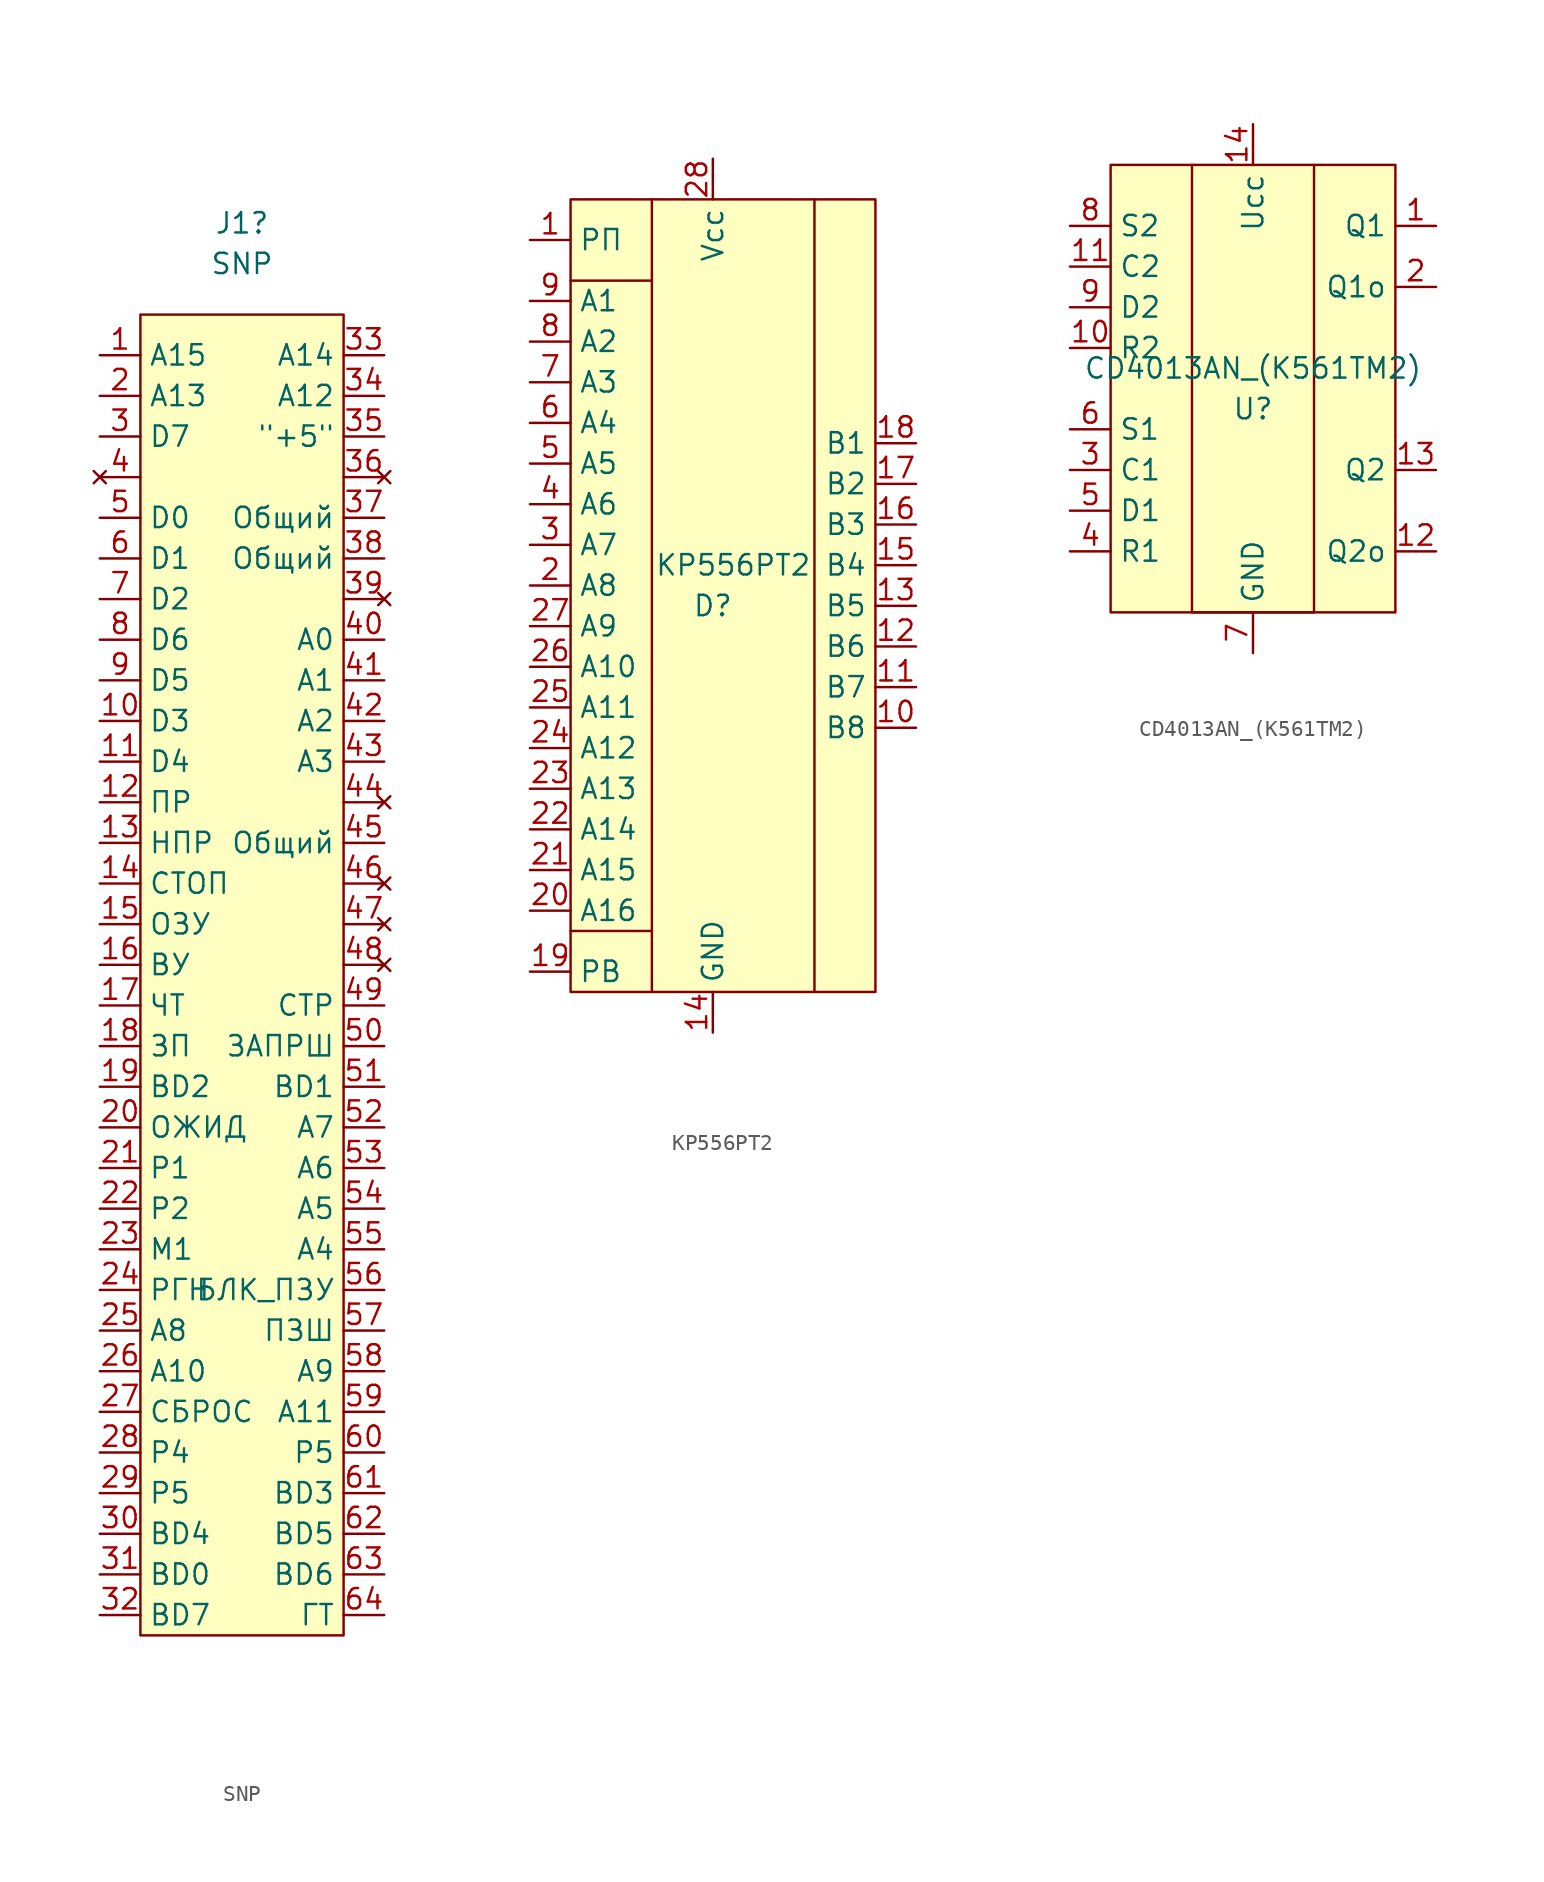
<source format=kicad_sym>
(kicad_symbol_lib
  (version 20220914)
  (generator kicad_symbol_editor)
  (symbol "SNP"
    (property "Reference" "J1"
      (at 0 43.815 0)
      (effects (font (size 1.27 1.27))))
    (property "Value" "SNP"
      (at 0 41.275 0)
      (effects (font (size 1.27 1.27))))
    (symbol "SNP_0_1"
      (rectangle (start -6.35 38.1) (end 6.35 -44.45) (stroke (width 0) (type default)) (fill (type background))))
    (symbol "SNP_1_1"
      (pin bidirectional line (at -8.89 35.56 0) (length 2.54) (name "A15" (effects (font (size 1.27 1.27)))) (number "1" (effects (font (size 1.27 1.27)))))
      (pin bidirectional line (at -8.89 12.7 0) (length 2.54) (name "D3" (effects (font (size 1.27 1.27)))) (number "10" (effects (font (size 1.27 1.27)))))
      (pin bidirectional line (at -8.89 10.16 0) (length 2.54) (name "D4" (effects (font (size 1.27 1.27)))) (number "11" (effects (font (size 1.27 1.27)))))
      (pin bidirectional line (at -8.89 7.62 0) (length 2.54) (name "ПР" (effects (font (size 1.27 1.27)))) (number "12" (effects (font (size 1.27 1.27)))))
      (pin bidirectional line (at -8.89 5.08 0) (length 2.54) (name "НПР" (effects (font (size 1.27 1.27)))) (number "13" (effects (font (size 1.27 1.27)))))
      (pin bidirectional line (at -8.89 2.54 0) (length 2.54) (name "СТОП" (effects (font (size 1.27 1.27)))) (number "14" (effects (font (size 1.27 1.27)))))
      (pin bidirectional line (at -8.89 0 0) (length 2.54) (name "ОЗУ" (effects (font (size 1.27 1.27)))) (number "15" (effects (font (size 1.27 1.27)))))
      (pin bidirectional line (at -8.89 -2.54 0) (length 2.54) (name "ВУ" (effects (font (size 1.27 1.27)))) (number "16" (effects (font (size 1.27 1.27)))))
      (pin bidirectional line (at -8.89 -5.08 0) (length 2.54) (name "ЧТ" (effects (font (size 1.27 1.27)))) (number "17" (effects (font (size 1.27 1.27)))))
      (pin bidirectional line (at -8.89 -7.62 0) (length 2.54) (name "ЗП" (effects (font (size 1.27 1.27)))) (number "18" (effects (font (size 1.27 1.27)))))
      (pin bidirectional line (at -8.89 -10.16 0) (length 2.54) (name "BD2" (effects (font (size 1.27 1.27)))) (number "19" (effects (font (size 1.27 1.27)))))
      (pin bidirectional line (at -8.89 33.02 0) (length 2.54) (name "A13" (effects (font (size 1.27 1.27)))) (number "2" (effects (font (size 1.27 1.27)))))
      (pin bidirectional line (at -8.89 -12.7 0) (length 2.54) (name "ОЖИД" (effects (font (size 1.27 1.27)))) (number "20" (effects (font (size 1.27 1.27)))))
      (pin bidirectional line (at -8.89 -15.24 0) (length 2.54) (name "P1" (effects (font (size 1.27 1.27)))) (number "21" (effects (font (size 1.27 1.27)))))
      (pin bidirectional line (at -8.89 -17.78 0) (length 2.54) (name "P2" (effects (font (size 1.27 1.27)))) (number "22" (effects (font (size 1.27 1.27)))))
      (pin bidirectional line (at -8.89 -20.32 0) (length 2.54) (name "М1" (effects (font (size 1.27 1.27)))) (number "23" (effects (font (size 1.27 1.27)))))
      (pin bidirectional line (at -8.89 -22.86 0) (length 2.54) (name "РГН" (effects (font (size 1.27 1.27)))) (number "24" (effects (font (size 1.27 1.27)))))
      (pin bidirectional line (at -8.89 -25.4 0) (length 2.54) (name "A8" (effects (font (size 1.27 1.27)))) (number "25" (effects (font (size 1.27 1.27)))))
      (pin bidirectional line (at -8.89 -27.94 0) (length 2.54) (name "A10" (effects (font (size 1.27 1.27)))) (number "26" (effects (font (size 1.27 1.27)))))
      (pin bidirectional line (at -8.89 -30.48 0) (length 2.54) (name "СБРОС" (effects (font (size 1.27 1.27)))) (number "27" (effects (font (size 1.27 1.27)))))
      (pin bidirectional line (at -8.89 -33.02 0) (length 2.54) (name "P4" (effects (font (size 1.27 1.27)))) (number "28" (effects (font (size 1.27 1.27)))))
      (pin bidirectional line (at -8.89 -35.56 0) (length 2.54) (name "P5" (effects (font (size 1.27 1.27)))) (number "29" (effects (font (size 1.27 1.27)))))
      (pin bidirectional line (at -8.89 30.48 0) (length 2.54) (name "D7" (effects (font (size 1.27 1.27)))) (number "3" (effects (font (size 1.27 1.27)))))
      (pin bidirectional line (at -8.89 -38.1 0) (length 2.54) (name "BD4" (effects (font (size 1.27 1.27)))) (number "30" (effects (font (size 1.27 1.27)))))
      (pin bidirectional line (at -8.89 -40.64 0) (length 2.54) (name "BD0" (effects (font (size 1.27 1.27)))) (number "31" (effects (font (size 1.27 1.27)))))
      (pin bidirectional line (at -8.89 -43.18 0) (length 2.54) (name "BD7" (effects (font (size 1.27 1.27)))) (number "32" (effects (font (size 1.27 1.27)))))
      (pin bidirectional line (at 8.89 35.56 180) (length 2.54) (name "A14" (effects (font (size 1.27 1.27)))) (number "33" (effects (font (size 1.27 1.27)))))
      (pin bidirectional line (at 8.89 33.02 180) (length 2.54) (name "A12" (effects (font (size 1.27 1.27)))) (number "34" (effects (font (size 1.27 1.27)))))
      (pin power_in line (at 8.89 30.48 180) (length 2.54) (name "\"+5\"" (effects (font (size 1.27 1.27)))) (number "35" (effects (font (size 1.27 1.27)))))
      (pin no_connect line (at 8.89 27.94 180) (length 2.54) (name "" (effects (font (size 1.27 1.27)))) (number "36" (effects (font (size 1.27 1.27)))))
      (pin power_in line (at 8.89 25.4 180) (length 2.54) (name "Общий" (effects (font (size 1.27 1.27)))) (number "37" (effects (font (size 1.27 1.27)))))
      (pin power_in line (at 8.89 22.86 180) (length 2.54) (name "Общий" (effects (font (size 1.27 1.27)))) (number "38" (effects (font (size 1.27 1.27)))))
      (pin no_connect line (at 8.89 20.32 180) (length 2.54) (name "" (effects (font (size 1.27 1.27)))) (number "39" (effects (font (size 1.27 1.27)))))
      (pin no_connect line (at -8.89 27.94 0) (length 2.54) (name "" (effects (font (size 1.27 1.27)))) (number "4" (effects (font (size 1.27 1.27)))))
      (pin bidirectional line (at 8.89 17.78 180) (length 2.54) (name "A0" (effects (font (size 1.27 1.27)))) (number "40" (effects (font (size 1.27 1.27)))))
      (pin bidirectional line (at 8.89 15.24 180) (length 2.54) (name "A1" (effects (font (size 1.27 1.27)))) (number "41" (effects (font (size 1.27 1.27)))))
      (pin bidirectional line (at 8.89 12.7 180) (length 2.54) (name "A2" (effects (font (size 1.27 1.27)))) (number "42" (effects (font (size 1.27 1.27)))))
      (pin bidirectional line (at 8.89 10.16 180) (length 2.54) (name "A3" (effects (font (size 1.27 1.27)))) (number "43" (effects (font (size 1.27 1.27)))))
      (pin no_connect line (at 8.89 7.62 180) (length 2.54) (name "" (effects (font (size 1.27 1.27)))) (number "44" (effects (font (size 1.27 1.27)))))
      (pin power_in line (at 8.89 5.08 180) (length 2.54) (name "Общий" (effects (font (size 1.27 1.27)))) (number "45" (effects (font (size 1.27 1.27)))))
      (pin no_connect line (at 8.89 2.54 180) (length 2.54) (name "" (effects (font (size 1.27 1.27)))) (number "46" (effects (font (size 1.27 1.27)))))
      (pin no_connect line (at 8.89 0 180) (length 2.54) (name "" (effects (font (size 1.27 1.27)))) (number "47" (effects (font (size 1.27 1.27)))))
      (pin no_connect line (at 8.89 -2.54 180) (length 2.54) (name "" (effects (font (size 1.27 1.27)))) (number "48" (effects (font (size 1.27 1.27)))))
      (pin bidirectional line (at 8.89 -5.08 180) (length 2.54) (name "СТР" (effects (font (size 1.27 1.27)))) (number "49" (effects (font (size 1.27 1.27)))))
      (pin bidirectional line (at -8.89 25.4 0) (length 2.54) (name "D0" (effects (font (size 1.27 1.27)))) (number "5" (effects (font (size 1.27 1.27)))))
      (pin bidirectional line (at 8.89 -7.62 180) (length 2.54) (name "ЗАПРШ" (effects (font (size 1.27 1.27)))) (number "50" (effects (font (size 1.27 1.27)))))
      (pin bidirectional line (at 8.89 -10.16 180) (length 2.54) (name "BD1" (effects (font (size 1.27 1.27)))) (number "51" (effects (font (size 1.27 1.27)))))
      (pin bidirectional line (at 8.89 -12.7 180) (length 2.54) (name "A7" (effects (font (size 1.27 1.27)))) (number "52" (effects (font (size 1.27 1.27)))))
      (pin bidirectional line (at 8.89 -15.24 180) (length 2.54) (name "A6" (effects (font (size 1.27 1.27)))) (number "53" (effects (font (size 1.27 1.27)))))
      (pin bidirectional line (at 8.89 -17.78 180) (length 2.54) (name "A5" (effects (font (size 1.27 1.27)))) (number "54" (effects (font (size 1.27 1.27)))))
      (pin bidirectional line (at 8.89 -20.32 180) (length 2.54) (name "A4" (effects (font (size 1.27 1.27)))) (number "55" (effects (font (size 1.27 1.27)))))
      (pin bidirectional line (at 8.89 -22.86 180) (length 2.54) (name "БЛК_ПЗУ" (effects (font (size 1.27 1.27)))) (number "56" (effects (font (size 1.27 1.27)))))
      (pin bidirectional line (at 8.89 -25.4 180) (length 2.54) (name "ПЗШ" (effects (font (size 1.27 1.27)))) (number "57" (effects (font (size 1.27 1.27)))))
      (pin bidirectional line (at 8.89 -27.94 180) (length 2.54) (name "A9" (effects (font (size 1.27 1.27)))) (number "58" (effects (font (size 1.27 1.27)))))
      (pin bidirectional line (at 8.89 -30.48 180) (length 2.54) (name "A11" (effects (font (size 1.27 1.27)))) (number "59" (effects (font (size 1.27 1.27)))))
      (pin bidirectional line (at -8.89 22.86 0) (length 2.54) (name "D1" (effects (font (size 1.27 1.27)))) (number "6" (effects (font (size 1.27 1.27)))))
      (pin bidirectional line (at 8.89 -33.02 180) (length 2.54) (name "P5" (effects (font (size 1.27 1.27)))) (number "60" (effects (font (size 1.27 1.27)))))
      (pin bidirectional line (at 8.89 -35.56 180) (length 2.54) (name "BD3" (effects (font (size 1.27 1.27)))) (number "61" (effects (font (size 1.27 1.27)))))
      (pin bidirectional line (at 8.89 -38.1 180) (length 2.54) (name "BD5" (effects (font (size 1.27 1.27)))) (number "62" (effects (font (size 1.27 1.27)))))
      (pin bidirectional line (at 8.89 -40.64 180) (length 2.54) (name "BD6" (effects (font (size 1.27 1.27)))) (number "63" (effects (font (size 1.27 1.27)))))
      (pin bidirectional line (at 8.89 -43.18 180) (length 2.54) (name "ГТ" (effects (font (size 1.27 1.27)))) (number "64" (effects (font (size 1.27 1.27)))))
      (pin bidirectional line (at -8.89 20.32 0) (length 2.54) (name "D2" (effects (font (size 1.27 1.27)))) (number "7" (effects (font (size 1.27 1.27)))))
      (pin bidirectional line (at -8.89 17.78 0) (length 2.54) (name "D6" (effects (font (size 1.27 1.27)))) (number "8" (effects (font (size 1.27 1.27)))))
      (pin bidirectional line (at -8.89 15.24 0) (length 2.54) (name "D5" (effects (font (size 1.27 1.27)))) (number "9" (effects (font (size 1.27 1.27)))))))
  (symbol "КР556РТ2"
    (property "Reference" "D"
      (at 0 -1.27 0)
      (effects (font (size 1.27 1.27))))
    (property "Value" "КР556РТ2"
      (at 1.27 1.27 0)
      (effects (font (size 1.27 1.27))))
    (symbol "КР556РТ2_0_0"
      (pin input line (at -11.43 21.59 0) (length 2.54) (name "РП" (effects (font (size 1.27 1.27)))) (number "1" (effects (font (size 1.27 1.27)))))
      (pin output line (at 12.7 -8.89 180) (length 2.54) (name "В8" (effects (font (size 1.27 1.27)))) (number "10" (effects (font (size 1.27 1.27)))))
      (pin output line (at 12.7 -6.35 180) (length 2.54) (name "В7" (effects (font (size 1.27 1.27)))) (number "11" (effects (font (size 1.27 1.27)))))
      (pin output line (at 12.7 -3.81 180) (length 2.54) (name "В6" (effects (font (size 1.27 1.27)))) (number "12" (effects (font (size 1.27 1.27)))))
      (pin output line (at 12.7 -1.27 180) (length 2.54) (name "В5" (effects (font (size 1.27 1.27)))) (number "13" (effects (font (size 1.27 1.27)))))
      (pin power_in line (at 0 -27.94 90) (length 2.54) (name "GND" (effects (font (size 1.27 1.27)))) (number "14" (effects (font (size 1.27 1.27)))))
      (pin output line (at 12.7 1.27 180) (length 2.54) (name "В4" (effects (font (size 1.27 1.27)))) (number "15" (effects (font (size 1.27 1.27)))))
      (pin output line (at 12.7 3.81 180) (length 2.54) (name "В3" (effects (font (size 1.27 1.27)))) (number "16" (effects (font (size 1.27 1.27)))))
      (pin output line (at 12.7 6.35 180) (length 2.54) (name "В2" (effects (font (size 1.27 1.27)))) (number "17" (effects (font (size 1.27 1.27)))))
      (pin output line (at 12.7 8.89 180) (length 2.54) (name "В1" (effects (font (size 1.27 1.27)))) (number "18" (effects (font (size 1.27 1.27)))))
      (pin input line (at -11.43 -24.13 0) (length 2.54) (name "РВ" (effects (font (size 1.27 1.27)))) (number "19" (effects (font (size 1.27 1.27)))))
      (pin input line (at -11.43 0 0) (length 2.54) (name "А8" (effects (font (size 1.27 1.27)))) (number "2" (effects (font (size 1.27 1.27)))))
      (pin input line (at -11.43 -20.32 0) (length 2.54) (name "А16" (effects (font (size 1.27 1.27)))) (number "20" (effects (font (size 1.27 1.27)))))
      (pin input line (at -11.43 -17.78 0) (length 2.54) (name "А15" (effects (font (size 1.27 1.27)))) (number "21" (effects (font (size 1.27 1.27)))))
      (pin input line (at -11.43 -15.24 0) (length 2.54) (name "А14" (effects (font (size 1.27 1.27)))) (number "22" (effects (font (size 1.27 1.27)))))
      (pin input line (at -11.43 -12.7 0) (length 2.54) (name "А13" (effects (font (size 1.27 1.27)))) (number "23" (effects (font (size 1.27 1.27)))))
      (pin input line (at -11.43 -10.16 0) (length 2.54) (name "А12" (effects (font (size 1.27 1.27)))) (number "24" (effects (font (size 1.27 1.27)))))
      (pin input line (at -11.43 -7.62 0) (length 2.54) (name "А11" (effects (font (size 1.27 1.27)))) (number "25" (effects (font (size 1.27 1.27)))))
      (pin input line (at -11.43 -5.08 0) (length 2.54) (name "А10" (effects (font (size 1.27 1.27)))) (number "26" (effects (font (size 1.27 1.27)))))
      (pin input line (at -11.43 -2.54 0) (length 2.54) (name "А9" (effects (font (size 1.27 1.27)))) (number "27" (effects (font (size 1.27 1.27)))))
      (pin power_in line (at 0 26.67 270) (length 2.54) (name "Vcc" (effects (font (size 1.27 1.27)))) (number "28" (effects (font (size 1.27 1.27)))))
      (pin input line (at -11.43 2.54 0) (length 2.54) (name "А7" (effects (font (size 1.27 1.27)))) (number "3" (effects (font (size 1.27 1.27)))))
      (pin input line (at -11.43 5.08 0) (length 2.54) (name "А6" (effects (font (size 1.27 1.27)))) (number "4" (effects (font (size 1.27 1.27)))))
      (pin input line (at -11.43 7.62 0) (length 2.54) (name "А5" (effects (font (size 1.27 1.27)))) (number "5" (effects (font (size 1.27 1.27)))))
      (pin input line (at -11.43 10.16 0) (length 2.54) (name "А4" (effects (font (size 1.27 1.27)))) (number "6" (effects (font (size 1.27 1.27)))))
      (pin input line (at -11.43 12.7 0) (length 2.54) (name "А3" (effects (font (size 1.27 1.27)))) (number "7" (effects (font (size 1.27 1.27)))))
      (pin input line (at -11.43 15.24 0) (length 2.54) (name "А2" (effects (font (size 1.27 1.27)))) (number "8" (effects (font (size 1.27 1.27)))))
      (pin input line (at -11.43 17.78 0) (length 2.54) (name "А1" (effects (font (size 1.27 1.27)))) (number "9" (effects (font (size 1.27 1.27))))))
    (symbol "КР556РТ2_0_1"
      (rectangle (start -8.89 24.13) (end 10.16 -25.4) (stroke (width 0) (type default)) (fill (type background)))
      (polyline (pts (xy -8.89 -21.59) (xy -3.81 -21.59)) (stroke (width 0) (type default)) (fill (type none)))
      (polyline (pts (xy -8.89 19.05) (xy -3.81 19.05)) (stroke (width 0) (type default)) (fill (type none)))
      (polyline (pts (xy -3.81 24.13) (xy -3.81 -25.4)) (stroke (width 0) (type default)) (fill (type none)))
      (polyline (pts (xy 6.35 24.13) (xy 6.35 -25.4)) (stroke (width 0) (type default)) (fill (type none)))))
  (symbol "СD4013АN_(К561ТМ2)"
    (property "Reference" "U"
      (at 0 0 0)
      (effects (font (size 1.27 1.27))))
    (property "Value" "СD4013АN_(К561ТМ2)"
      (at 0 2.54 0)
      (effects (font (size 1.27 1.27))))
    (symbol "СD4013АN_(К561ТМ2)_0_0"
      (pin output line (at 11.43 11.43 180) (length 2.54) (name "Q1" (effects (font (size 1.27 1.27)))) (number "1" (effects (font (size 1.27 1.27)))))
      (pin input line (at -11.43 3.81 0) (length 2.54) (name "R2" (effects (font (size 1.27 1.27)))) (number "10" (effects (font (size 1.27 1.27)))))
      (pin input line (at -11.43 8.89 0) (length 2.54) (name "C2" (effects (font (size 1.27 1.27)))) (number "11" (effects (font (size 1.27 1.27)))))
      (pin output line (at 11.43 -8.89 180) (length 2.54) (name "Q2o" (effects (font (size 1.27 1.27)))) (number "12" (effects (font (size 1.27 1.27)))))
      (pin output line (at 11.43 -3.81 180) (length 2.54) (name "Q2" (effects (font (size 1.27 1.27)))) (number "13" (effects (font (size 1.27 1.27)))))
      (pin power_in line (at 0 17.78 270) (length 2.54) (name "Ucc" (effects (font (size 1.27 1.27)))) (number "14" (effects (font (size 1.27 1.27)))))
      (pin output line (at 11.43 7.62 180) (length 2.54) (name "Q1o" (effects (font (size 1.27 1.27)))) (number "2" (effects (font (size 1.27 1.27)))))
      (pin input line (at -11.43 -3.81 0) (length 2.54) (name "C1" (effects (font (size 1.27 1.27)))) (number "3" (effects (font (size 1.27 1.27)))))
      (pin input line (at -11.43 -8.89 0) (length 2.54) (name "R1" (effects (font (size 1.27 1.27)))) (number "4" (effects (font (size 1.27 1.27)))))
      (pin input line (at -11.43 -6.35 0) (length 2.54) (name "D1" (effects (font (size 1.27 1.27)))) (number "5" (effects (font (size 1.27 1.27)))))
      (pin input line (at -11.43 -1.27 0) (length 2.54) (name "S1" (effects (font (size 1.27 1.27)))) (number "6" (effects (font (size 1.27 1.27)))))
      (pin power_in line (at 0 -15.24 90) (length 2.54) (name "GND" (effects (font (size 1.27 1.27)))) (number "7" (effects (font (size 1.27 1.27)))))
      (pin input line (at -11.43 11.43 0) (length 2.54) (name "S2" (effects (font (size 1.27 1.27)))) (number "8" (effects (font (size 1.27 1.27)))))
      (pin input line (at -11.43 6.35 0) (length 2.54) (name "D2" (effects (font (size 1.27 1.27)))) (number "9" (effects (font (size 1.27 1.27))))))
    (symbol "СD4013АN_(К561ТМ2)_0_1"
      (rectangle (start -8.89 15.24) (end 8.89 -12.7) (stroke (width 0) (type default)) (fill (type background)))
      (polyline (pts (xy -3.81 15.24) (xy -3.81 -12.7) (xy 3.81 -12.7) (xy 3.81 15.24)) (stroke (width 0) (type default)) (fill (type none))))))
</source>
